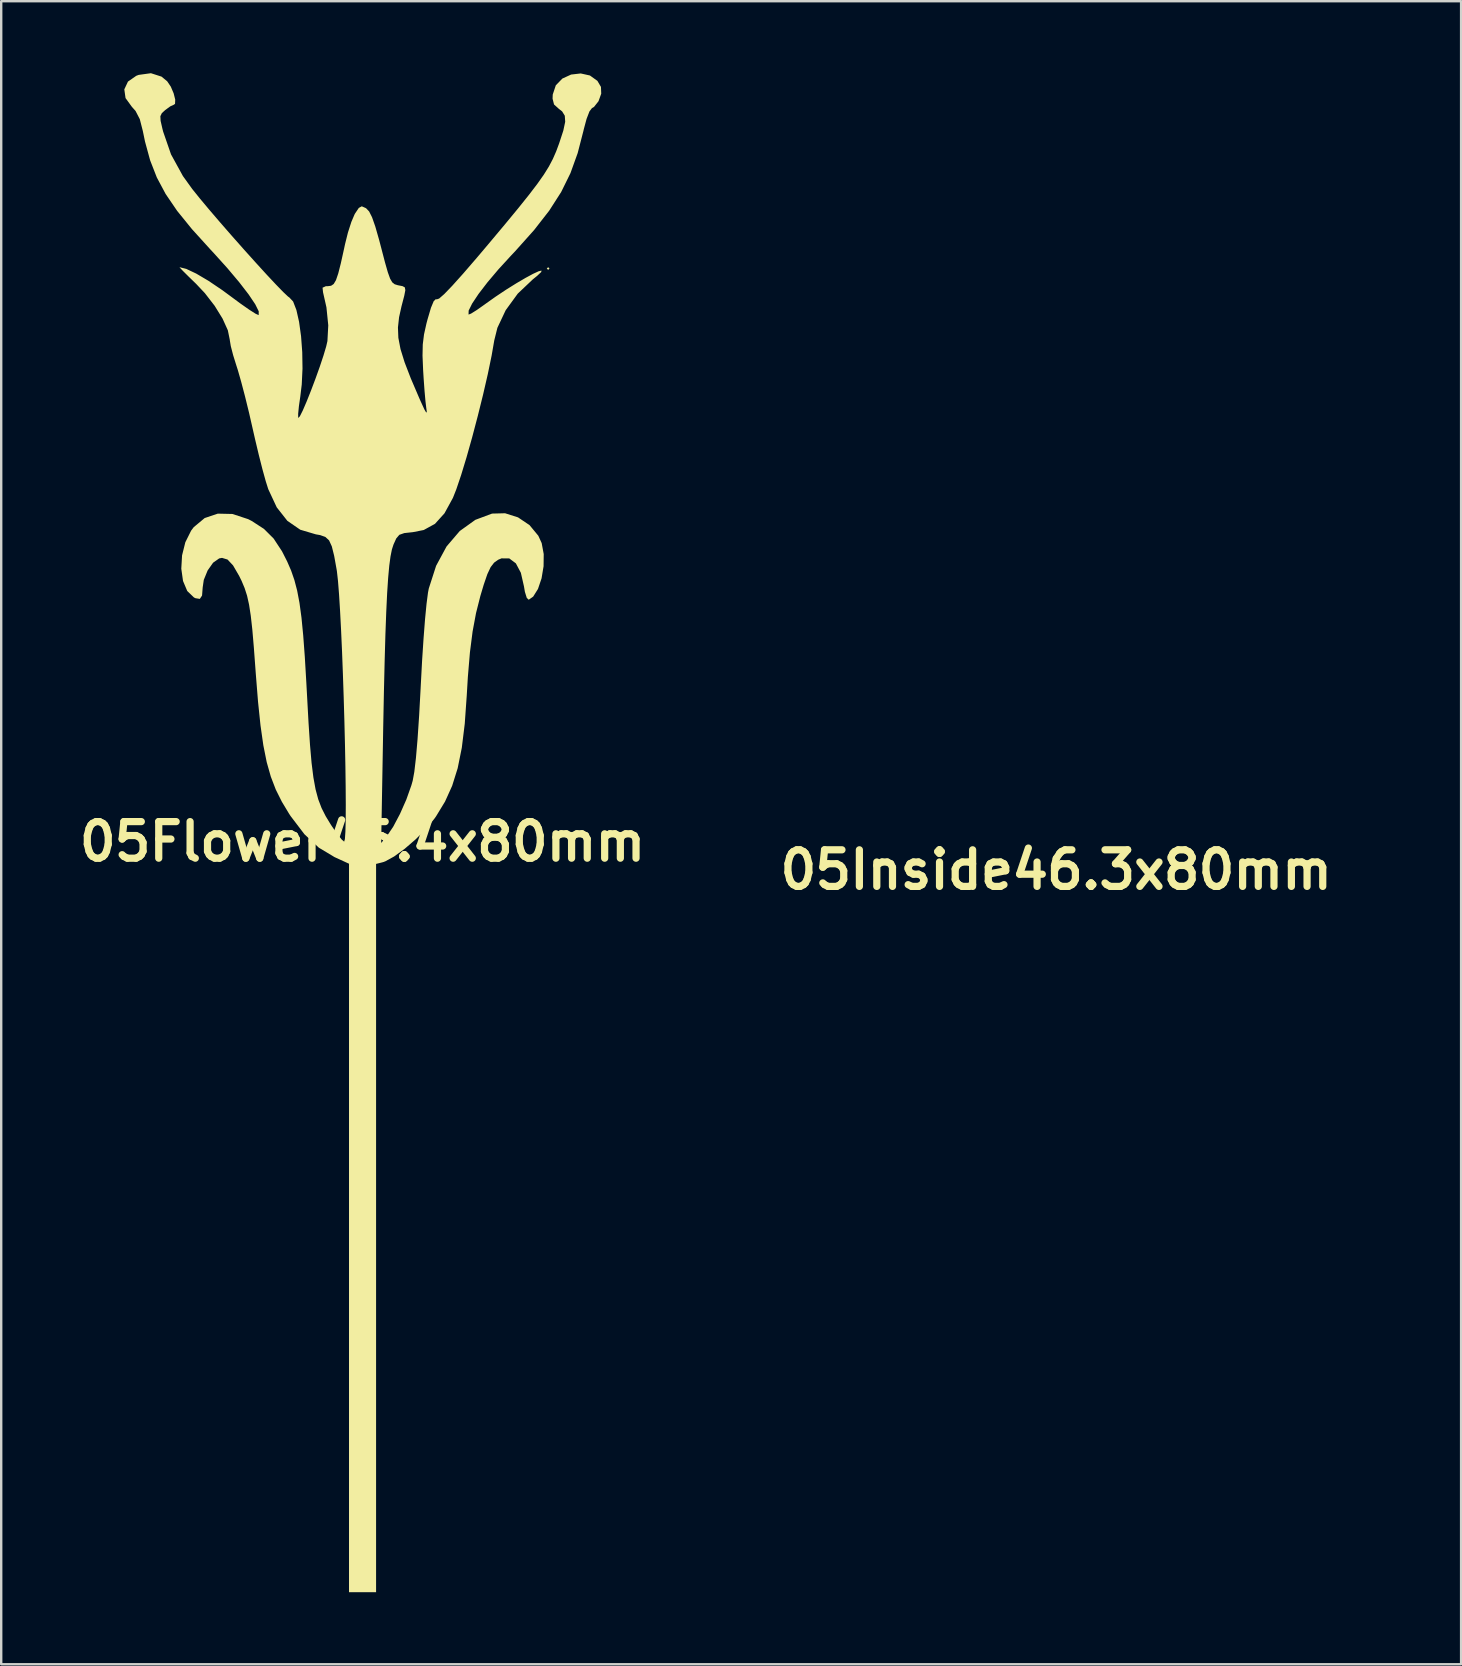
<source format=kicad_pcb>
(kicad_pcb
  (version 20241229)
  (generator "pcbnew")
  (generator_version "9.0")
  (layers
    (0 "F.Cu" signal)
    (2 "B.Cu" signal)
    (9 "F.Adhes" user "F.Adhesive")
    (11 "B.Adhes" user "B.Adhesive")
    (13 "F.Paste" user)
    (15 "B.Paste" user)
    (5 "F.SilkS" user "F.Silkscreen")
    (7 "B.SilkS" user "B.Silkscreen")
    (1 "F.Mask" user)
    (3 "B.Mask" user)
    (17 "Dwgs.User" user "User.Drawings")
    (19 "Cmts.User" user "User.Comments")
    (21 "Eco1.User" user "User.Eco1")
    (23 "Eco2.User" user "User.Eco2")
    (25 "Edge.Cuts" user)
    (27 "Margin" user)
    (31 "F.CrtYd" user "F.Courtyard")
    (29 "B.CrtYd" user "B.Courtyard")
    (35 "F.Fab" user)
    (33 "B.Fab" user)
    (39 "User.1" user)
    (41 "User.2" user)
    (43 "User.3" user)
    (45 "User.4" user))
  (footprint "05Inside46.3x80mm"
    (layer "F.Cu")
    (at 40.954 33.189)
    (property "Reference" "05Inside46.3x80mm" (at 0 0 0) (layer "F.SilkS") (effects (font (size 1.524 1.524) (thickness 0.3))))
    (attr board_only exclude_from_pos_files exclude_from_bom)
    (fp_poly (pts (xy 5.137 -33.083) (xy 5.295 -32.791) (xy 5.433 -32.351) (xy 5.542 -31.805) (xy 5.608 -31.191) (xy 5.618 -30.988) (xy 5.608 -30.182) (xy 5.511 -29.376) (xy 5.315 -28.528) (xy 5.011 -27.595) (xy 4.587 -26.532) (xy 4.464 -26.247) (xy 4.047 -25.279) (xy 3.658 -24.348) (xy 3.311 -23.488) (xy 3.019 -22.73) (xy 2.793 -22.109) (xy 2.648 -21.655) (xy 2.638 -21.618) (xy 2.549 -21.115) (xy 2.5 -20.472) (xy 2.492 -19.773) (xy 2.525 -19.101) (xy 2.602 -18.538) (xy 2.607 -18.512) (xy 2.67 -18.18) (xy 2.698 -17.953) (xy 2.692 -17.895) (xy 2.635 -17.976) (xy 2.506 -18.226) (xy 2.327 -18.606) (xy 2.114 -19.078) (xy 2.108 -19.091) (xy 1.809 -19.807) (xy 1.614 -20.397) (xy 1.516 -20.928) (xy 1.51 -21.469) (xy 1.589 -22.088) (xy 1.745 -22.852) (xy 1.885 -23.518) (xy 1.965 -24.022) (xy 1.99 -24.416) (xy 1.967 -24.752) (xy 1.964 -24.771) (xy 1.892 -25.608) (xy 1.952 -26.315) (xy 2.157 -26.955) (xy 2.521 -27.59) (xy 2.596 -27.697) (xy 2.943 -28.179) (xy 2.771 -28.906) (xy 2.655 -29.455) (xy 2.608 -29.87) (xy 2.629 -30.23) (xy 2.714 -30.616) (xy 2.719 -30.635) (xy 2.957 -31.132) (xy 3.337 -31.488) (xy 3.762 -31.654) (xy 3.971 -31.719) (xy 4.139 -31.853) (xy 4.308 -32.105) (xy 4.491 -32.456) (xy 4.683 -32.814) (xy 4.852 -33.076) (xy 4.965 -33.188) (xy 4.972 -33.189)) (stroke (width 0) (type solid)) (fill yes) (layer "F.Mask"))
    (fp_poly (pts (xy -4.848 -33.063) (xy -4.819 -33.044) (xy -4.64 -32.848) (xy -4.449 -32.523) (xy -4.347 -32.29) (xy -4.188 -31.929) (xy -4.021 -31.718) (xy -3.787 -31.588) (xy -3.696 -31.554) (xy -3.374 -31.423) (xy -3.125 -31.285) (xy -3.096 -31.263) (xy -2.798 -30.875) (xy -2.634 -30.339) (xy -2.608 -29.692) (xy -2.725 -28.97) (xy -2.772 -28.802) (xy -2.947 -28.212) (xy -2.541 -27.66) (xy -2.099 -26.928) (xy -1.87 -26.221) (xy -1.847 -25.515) (xy -1.852 -25.476) (xy -1.91 -25.01) (xy -1.97 -24.534) (xy -1.989 -24.384) (xy -1.995 -23.929) (xy -1.879 -23.448) (xy -1.807 -23.255) (xy -1.515 -22.297) (xy -1.422 -21.404) (xy -1.475 -20.839) (xy -1.546 -20.563) (xy -1.675 -20.155) (xy -1.844 -19.663) (xy -2.035 -19.135) (xy -2.231 -18.62) (xy -2.413 -18.164) (xy -2.564 -17.817) (xy -2.665 -17.626) (xy -2.678 -17.611) (xy -2.695 -17.677) (xy -2.672 -17.907) (xy -2.639 -18.119) (xy -2.602 -18.453) (xy -2.573 -18.946) (xy -2.555 -19.533) (xy -2.552 -20.146) (xy -2.552 -20.151) (xy -2.573 -20.852) (xy -2.63 -21.488) (xy -2.735 -22.097) (xy -2.899 -22.721) (xy -3.135 -23.4) (xy -3.453 -24.174) (xy -3.865 -25.083) (xy -4.121 -25.622) (xy -4.56 -26.559) (xy -4.902 -27.34) (xy -5.156 -28.007) (xy -5.334 -28.6) (xy -5.447 -29.162) (xy -5.505 -29.734) (xy -5.519 -30.359) (xy -5.506 -30.934) (xy -5.472 -31.647) (xy -5.425 -32.171) (xy -5.361 -32.544) (xy -5.274 -32.801) (xy -5.258 -32.834) (xy -5.12 -33.071) (xy -5.007 -33.136)) (stroke (width 0) (type solid)) (fill yes) (layer "F.Mask"))
    (fp_poly (pts (xy -8.966 -24.351) (xy -8.279 -24.175) (xy -7.588 -23.811) (xy -6.934 -23.292) (xy -6.352 -22.65) (xy -5.88 -21.919) (xy -5.65 -21.41) (xy -5.593 -21.242) (xy -5.609 -21.192) (xy -5.728 -21.27) (xy -5.98 -21.486) (xy -6.046 -21.544) (xy -6.549 -21.913) (xy -7.018 -22.088) (xy -7.496 -22.083) (xy -7.564 -22.07) (xy -7.884 -21.94) (xy -8.066 -21.709) (xy -8.113 -21.357) (xy -8.027 -20.866) (xy -7.807 -20.215) (xy -7.718 -19.99) (xy -7.502 -19.421) (xy -7.39 -19.015) (xy -7.374 -18.738) (xy -7.383 -18.686) (xy -7.459 -18.384) (xy -7.952 -18.673) (xy -8.212 -18.812) (xy -8.389 -18.857) (xy -8.49 -18.786) (xy -8.521 -18.574) (xy -8.488 -18.199) (xy -8.397 -17.638) (xy -8.334 -17.291) (xy -8.218 -16.597) (xy -8.166 -16.082) (xy -8.179 -15.704) (xy -8.262 -15.424) (xy -8.416 -15.203) (xy -8.485 -15.134) (xy -8.726 -14.909) (xy -9.171 -15.272) (xy -9.535 -15.565) (xy -9.764 -15.735) (xy -9.898 -15.805) (xy -9.974 -15.799) (xy -9.994 -15.782) (xy -10.036 -15.647) (xy -10.095 -15.337) (xy -10.162 -14.899) (xy -10.22 -14.463) (xy -10.336 -13.682) (xy -10.474 -13.112) (xy -10.643 -12.741) (xy -10.857 -12.554) (xy -11.126 -12.537) (xy -11.462 -12.678) (xy -11.633 -12.785) (xy -11.984 -13.072) (xy -12.231 -13.411) (xy -12.394 -13.849) (xy -12.491 -14.432) (xy -12.532 -14.977) (xy -12.562 -15.504) (xy -12.6 -15.863) (xy -12.662 -16.111) (xy -12.762 -16.307) (xy -12.916 -16.507) (xy -12.959 -16.558) (xy -13.362 -17.119) (xy -13.635 -17.732) (xy -13.789 -18.331) (xy -13.845 -19.014) (xy -13.713 -19.615) (xy -13.383 -20.156) (xy -12.844 -20.654) (xy -12.411 -20.945) (xy -12.059 -21.165) (xy -11.859 -21.328) (xy -11.767 -21.493) (xy -11.742 -21.717) (xy -11.74 -21.867) (xy -11.646 -22.654) (xy -11.374 -23.311) (xy -10.941 -23.823) (xy -10.365 -24.175) (xy -9.663 -24.351)) (stroke (width 0) (type solid)) (fill yes) (layer "F.Mask"))
    (fp_poly (pts (xy 9.844 -24.335) (xy 10.5 -24.116) (xy 11.117 -23.681) (xy 11.122 -23.676) (xy 11.4 -23.414) (xy 11.563 -23.202) (xy 11.648 -22.962) (xy 11.693 -22.61) (xy 11.71 -22.408) (xy 11.762 -21.89) (xy 11.844 -21.538) (xy 11.988 -21.297) (xy 12.226 -21.107) (xy 12.517 -20.948) (xy 13.067 -20.59) (xy 13.502 -20.149) (xy 13.778 -19.674) (xy 13.838 -19.464) (xy 13.869 -19.119) (xy 13.865 -18.672) (xy 13.844 -18.371) (xy 13.771 -17.922) (xy 13.634 -17.565) (xy 13.386 -17.188) (xy 13.324 -17.107) (xy 12.912 -16.514) (xy 12.668 -16.004) (xy 12.575 -15.534) (xy 12.594 -15.178) (xy 12.598 -14.427) (xy 12.39 -13.721) (xy 11.982 -13.099) (xy 11.915 -13.026) (xy 11.55 -12.695) (xy 11.247 -12.552) (xy 10.964 -12.583) (xy 10.77 -12.692) (xy 10.547 -12.965) (xy 10.376 -13.441) (xy 10.254 -14.126) (xy 10.215 -14.506) (xy 10.158 -15.091) (xy 10.103 -15.48) (xy 10.044 -15.706) (xy 9.974 -15.798) (xy 9.944 -15.804) (xy 9.812 -15.737) (xy 9.565 -15.563) (xy 9.302 -15.355) (xy 8.759 -14.906) (xy 8.506 -15.144) (xy 8.319 -15.369) (xy 8.212 -15.646) (xy 8.18 -16.014) (xy 8.221 -16.514) (xy 8.332 -17.185) (xy 8.346 -17.259) (xy 8.461 -17.941) (xy 8.509 -18.438) (xy 8.491 -18.74) (xy 8.406 -18.837) (xy 8.368 -18.825) (xy 7.9 -18.611) (xy 7.587 -18.539) (xy 7.407 -18.612) (xy 7.34 -18.83) (xy 7.338 -18.895) (xy 7.382 -19.167) (xy 7.496 -19.563) (xy 7.651 -20.005) (xy 7.821 -20.412) (xy 7.976 -20.706) (xy 7.979 -20.712) (xy 8.095 -21.023) (xy 8.121 -21.406) (xy 8.059 -21.759) (xy 7.951 -21.949) (xy 7.7 -22.072) (xy 7.33 -22.122) (xy 6.932 -22.095) (xy 6.625 -22) (xy 6.399 -21.85) (xy 6.102 -21.608) (xy 5.942 -21.464) (xy 5.695 -21.237) (xy 5.577 -21.157) (xy 5.558 -21.212) (xy 5.59 -21.336) (xy 5.916 -22.077) (xy 6.419 -22.774) (xy 7.055 -23.388) (xy 7.779 -23.883) (xy 8.548 -24.22) (xy 9.121 -24.346)) (stroke (width 0) (type solid)) (fill yes) (layer "F.Mask")))
  (footprint "05Flower46.4x80mm"
    (layer "F.Cu")
    (at 12.054 32.014)
    (property "Reference" "05Flower46.4x80mm" (at 0 0 0) (layer "F.SilkS") (effects (font (size 1.524 1.524) (thickness 0.3))))
    (attr board_only exclude_from_pos_files exclude_from_bom)
    (fp_poly (pts (xy 7.789 -23.876) (xy 7.733 -23.82) (xy 7.676 -23.876) (xy 7.733 -23.932)) (stroke (width 0) (type solid)) (fill yes) (layer "F.SilkS"))
    (fp_poly (pts (xy -8.375 -31.872) (xy -8.14 -31.679) (xy -7.989 -31.456) (xy -7.87 -31.177) (xy -7.804 -30.914) (xy -7.812 -30.737) (xy -7.86 -30.702) (xy -8.01 -30.633) (xy -8.22 -30.48) (xy -8.361 -30.351) (xy -8.423 -30.223) (xy -8.413 -30.029) (xy -8.338 -29.702) (xy -8.308 -29.583) (xy -7.979 -28.632) (xy -7.483 -27.729) (xy -7.093 -27.187) (xy -6.784 -26.803) (xy -6.391 -26.333) (xy -5.938 -25.804) (xy -5.448 -25.242) (xy -4.946 -24.675) (xy -4.457 -24.131) (xy -4.004 -23.634) (xy -3.611 -23.214) (xy -3.303 -22.897) (xy -3.104 -22.709) (xy -3.049 -22.67) (xy -2.892 -22.502) (xy -2.756 -22.15) (xy -2.644 -21.654) (xy -2.561 -21.054) (xy -2.512 -20.392) (xy -2.501 -19.709) (xy -2.533 -19.044) (xy -2.592 -18.553) (xy -2.651 -18.142) (xy -2.682 -17.825) (xy -2.681 -17.662) (xy -2.676 -17.653) (xy -2.611 -17.721) (xy -2.491 -17.96) (xy -2.332 -18.329) (xy -2.15 -18.785) (xy -1.961 -19.286) (xy -1.781 -19.789) (xy -1.627 -20.252) (xy -1.514 -20.632) (xy -1.463 -20.854) (xy -1.428 -21.509) (xy -1.504 -22.259) (xy -1.646 -22.888) (xy -1.666 -23.078) (xy -1.532 -23.139) (xy -1.442 -23.142) (xy -1.31 -23.159) (xy -1.202 -23.232) (xy -1.107 -23.392) (xy -1.012 -23.672) (xy -0.903 -24.101) (xy -0.767 -24.714) (xy -0.729 -24.892) (xy -0.609 -25.373) (xy -0.467 -25.816) (xy -0.331 -26.135) (xy -0.313 -26.167) (xy -0.155 -26.402) (xy -0.032 -26.469) (xy 0.125 -26.4) (xy 0.154 -26.382) (xy 0.274 -26.255) (xy 0.395 -26.015) (xy 0.53 -25.631) (xy 0.69 -25.072) (xy 0.779 -24.733) (xy 0.935 -24.135) (xy 1.053 -23.721) (xy 1.149 -23.454) (xy 1.239 -23.3) (xy 1.34 -23.221) (xy 1.467 -23.182) (xy 1.485 -23.178) (xy 1.665 -23.143) (xy 1.761 -23.092) (xy 1.783 -22.976) (xy 1.738 -22.743) (xy 1.634 -22.344) (xy 1.625 -22.312) (xy 1.522 -21.848) (xy 1.475 -21.42) (xy 1.492 -20.991) (xy 1.582 -20.52) (xy 1.752 -19.971) (xy 2.009 -19.304) (xy 2.361 -18.481) (xy 2.422 -18.344) (xy 2.575 -18.01) (xy 2.656 -17.871) (xy 2.676 -17.915) (xy 2.656 -18.062) (xy 2.622 -18.343) (xy 2.583 -18.78) (xy 2.545 -19.303) (xy 2.524 -19.643) (xy 2.499 -20.246) (xy 2.509 -20.713) (xy 2.561 -21.131) (xy 2.663 -21.589) (xy 2.709 -21.762) (xy 2.851 -22.243) (xy 2.965 -22.517) (xy 3.057 -22.604) (xy 3.089 -22.59) (xy 3.191 -22.626) (xy 3.405 -22.813) (xy 3.737 -23.158) (xy 4.193 -23.666) (xy 4.778 -24.344) (xy 5.226 -24.874) (xy 5.919 -25.701) (xy 6.481 -26.382) (xy 6.929 -26.941) (xy 7.281 -27.402) (xy 7.554 -27.79) (xy 7.764 -28.128) (xy 7.929 -28.442) (xy 8.066 -28.755) (xy 8.19 -29.089) (xy 8.364 -29.62) (xy 8.443 -29.99) (xy 8.426 -30.243) (xy 8.315 -30.423) (xy 8.178 -30.53) (xy 7.978 -30.711) (xy 7.917 -30.952) (xy 7.924 -31.125) (xy 8.052 -31.51) (xy 8.325 -31.791) (xy 8.689 -31.958) (xy 9.09 -32.004) (xy 9.473 -31.919) (xy 9.785 -31.695) (xy 9.933 -31.443) (xy 9.944 -31.161) (xy 9.831 -30.847) (xy 9.642 -30.608) (xy 9.557 -30.559) (xy 9.453 -30.421) (xy 9.333 -30.109) (xy 9.216 -29.672) (xy 9.203 -29.614) (xy 8.963 -28.686) (xy 8.662 -27.85) (xy 8.275 -27.064) (xy 7.777 -26.287) (xy 7.145 -25.477) (xy 6.353 -24.591) (xy 6.177 -24.405) (xy 5.657 -23.837) (xy 5.203 -23.3) (xy 4.833 -22.818) (xy 4.566 -22.417) (xy 4.421 -22.124) (xy 4.416 -21.963) (xy 4.419 -21.959) (xy 4.523 -22) (xy 4.758 -22.147) (xy 5.073 -22.369) (xy 5.1 -22.389) (xy 5.541 -22.702) (xy 5.985 -22.998) (xy 6.41 -23.263) (xy 6.792 -23.487) (xy 7.109 -23.658) (xy 7.338 -23.763) (xy 7.457 -23.791) (xy 7.443 -23.73) (xy 7.272 -23.569) (xy 7.093 -23.424) (xy 6.466 -22.83) (xy 5.963 -22.139) (xy 5.618 -21.407) (xy 5.488 -20.884) (xy 5.377 -20.245) (xy 5.218 -19.476) (xy 5.022 -18.624) (xy 4.801 -17.734) (xy 4.568 -16.849) (xy 4.333 -16.014) (xy 4.108 -15.275) (xy 3.906 -14.677) (xy 3.765 -14.321) (xy 3.414 -13.679) (xy 3.018 -13.24) (xy 2.55 -12.983) (xy 2.099 -12.894) (xy 1.74 -12.855) (xy 1.533 -12.783) (xy 1.404 -12.631) (xy 1.289 -12.376) (xy 1.223 -12.171) (xy 1.165 -11.882) (xy 1.113 -11.493) (xy 1.067 -10.989) (xy 1.025 -10.355) (xy 0.988 -9.576) (xy 0.953 -8.637) (xy 0.921 -7.523) (xy 0.89 -6.218) (xy 0.86 -4.707) (xy 0.851 -4.177) (xy 0.776 0.056) (xy 1.01 -0.226) (xy 1.276 -0.619) (xy 1.56 -1.155) (xy 1.825 -1.755) (xy 2.034 -2.344) (xy 2.09 -2.54) (xy 2.157 -2.907) (xy 2.225 -3.488) (xy 2.292 -4.27) (xy 2.357 -5.24) (xy 2.42 -6.387) (xy 2.426 -6.509) (xy 2.481 -7.536) (xy 2.542 -8.465) (xy 2.604 -9.266) (xy 2.667 -9.912) (xy 2.727 -10.376) (xy 2.76 -10.546) (xy 3.065 -11.492) (xy 3.5 -12.297) (xy 4.05 -12.941) (xy 4.7 -13.407) (xy 5.396 -13.667) (xy 5.938 -13.681) (xy 6.477 -13.51) (xy 6.957 -13.187) (xy 7.323 -12.744) (xy 7.463 -12.438) (xy 7.548 -11.981) (xy 7.542 -11.472) (xy 7.458 -10.968) (xy 7.309 -10.527) (xy 7.108 -10.207) (xy 6.923 -10.078) (xy 6.842 -10.156) (xy 6.764 -10.407) (xy 6.725 -10.635) (xy 6.596 -11.201) (xy 6.387 -11.594) (xy 6.113 -11.799) (xy 5.79 -11.802) (xy 5.651 -11.744) (xy 5.481 -11.623) (xy 5.337 -11.436) (xy 5.199 -11.143) (xy 5.048 -10.702) (xy 4.908 -10.233) (xy 4.728 -9.522) (xy 4.585 -8.755) (xy 4.474 -7.885) (xy 4.388 -6.867) (xy 4.342 -6.096) (xy 4.258 -4.909) (xy 4.135 -3.909) (xy 3.964 -3.061) (xy 3.734 -2.327) (xy 3.437 -1.67) (xy 3.063 -1.055) (xy 2.985 -0.945) (xy 2.643 -0.528) (xy 2.216 -0.099) (xy 1.756 0.298) (xy 1.315 0.619) (xy 0.943 0.823) (xy 0.834 0.86) (xy 0.564 0.928) (xy 0.564 31.27) (xy -0.564 31.27) (xy -0.564 0.92) (xy -1.167 0.644) (xy -1.819 0.253) (xy -2.419 -0.306) (xy -2.994 -1.061) (xy -3.058 -1.158) (xy -3.362 -1.663) (xy -3.615 -2.17) (xy -3.822 -2.71) (xy -3.993 -3.314) (xy -4.133 -4.014) (xy -4.251 -4.842) (xy -4.354 -5.829) (xy -4.448 -7.006) (xy -4.46 -7.168) (xy -4.529 -8.097) (xy -4.592 -8.835) (xy -4.657 -9.416) (xy -4.728 -9.875) (xy -4.811 -10.247) (xy -4.914 -10.567) (xy -5.041 -10.868) (xy -5.139 -11.068) (xy -5.395 -11.509) (xy -5.625 -11.753) (xy -5.855 -11.822) (xy -5.972 -11.8) (xy -6.226 -11.621) (xy -6.454 -11.297) (xy -6.614 -10.905) (xy -6.66 -10.589) (xy -6.686 -10.253) (xy -6.779 -10.113) (xy -6.961 -10.142) (xy -7.024 -10.173) (xy -7.303 -10.442) (xy -7.479 -10.859) (xy -7.551 -11.371) (xy -7.519 -11.926) (xy -7.383 -12.472) (xy -7.142 -12.956) (xy -7.033 -13.101) (xy -6.577 -13.481) (xy -6.03 -13.665) (xy -5.418 -13.651) (xy -4.764 -13.435) (xy -4.614 -13.358) (xy -4.107 -13.029) (xy -3.705 -12.628) (xy -3.355 -12.096) (xy -3.141 -11.674) (xy -2.976 -11.294) (xy -2.839 -10.898) (xy -2.724 -10.458) (xy -2.627 -9.946) (xy -2.544 -9.334) (xy -2.472 -8.593) (xy -2.405 -7.696) (xy -2.341 -6.613) (xy -2.311 -6.066) (xy -2.25 -4.952) (xy -2.189 -4.035) (xy -2.124 -3.286) (xy -2.048 -2.677) (xy -1.957 -2.178) (xy -1.845 -1.762) (xy -1.706 -1.398) (xy -1.535 -1.06) (xy -1.326 -0.716) (xy -1.275 -0.638) (xy -1.051 -0.316) (xy -0.868 -0.087) (xy -0.766 0) (xy -0.766 0) (xy -0.735 -0.108) (xy -0.714 -0.417) (xy -0.702 -0.899) (xy -0.698 -1.529) (xy -0.703 -2.282) (xy -0.714 -3.131) (xy -0.732 -4.051) (xy -0.756 -5.016) (xy -0.785 -6) (xy -0.818 -6.977) (xy -0.854 -7.922) (xy -0.894 -8.809) (xy -0.936 -9.611) (xy -0.979 -10.304) (xy -1.023 -10.862) (xy -1.067 -11.257) (xy -1.078 -11.328) (xy -1.182 -11.907) (xy -1.28 -12.301) (xy -1.394 -12.55) (xy -1.549 -12.694) (xy -1.767 -12.771) (xy -1.948 -12.803) (xy -2.595 -12.995) (xy -3.133 -13.366) (xy -3.575 -13.928) (xy -3.928 -14.685) (xy -4.032 -15.014) (xy -4.169 -15.509) (xy -4.323 -16.116) (xy -4.481 -16.781) (xy -4.569 -17.168) (xy -4.727 -17.861) (xy -4.895 -18.546) (xy -5.057 -19.162) (xy -5.196 -19.648) (xy -5.255 -19.831) (xy -5.39 -20.264) (xy -5.489 -20.646) (xy -5.531 -20.9) (xy -5.532 -20.914) (xy -5.612 -21.304) (xy -5.832 -21.79) (xy -6.161 -22.323) (xy -6.569 -22.851) (xy -6.933 -23.237) (xy -7.249 -23.544) (xy -7.488 -23.782) (xy -7.614 -23.916) (xy -7.624 -23.932) (xy -7.344 -23.862) (xy -6.929 -23.666) (xy -6.416 -23.363) (xy -5.843 -22.976) (xy -5.525 -22.742) (xy -5.092 -22.422) (xy -4.724 -22.164) (xy -4.459 -21.995) (xy -4.331 -21.937) (xy -4.327 -21.939) (xy -4.325 -22.094) (xy -4.47 -22.387) (xy -4.746 -22.798) (xy -5.139 -23.307) (xy -5.633 -23.894) (xy -6.214 -24.538) (xy -6.335 -24.667) (xy -7.108 -25.52) (xy -7.723 -26.278) (xy -8.203 -26.982) (xy -8.571 -27.671) (xy -8.85 -28.387) (xy -9.063 -29.168) (xy -9.154 -29.608) (xy -9.28 -30.1) (xy -9.456 -30.44) (xy -9.611 -30.615) (xy -9.874 -30.978) (xy -9.925 -31.342) (xy -9.773 -31.665) (xy -9.427 -31.906) (xy -9.326 -31.944) (xy -8.816 -32.014)) (stroke (width 0) (type solid)) (fill yes) (layer "F.SilkS")))
  (gr_rect
    (start -3 -3)
    (end 57.822 66.285)
    (stroke (width 0.1) (type default))
    (fill no)
    (layer "Edge.Cuts")))
</source>
